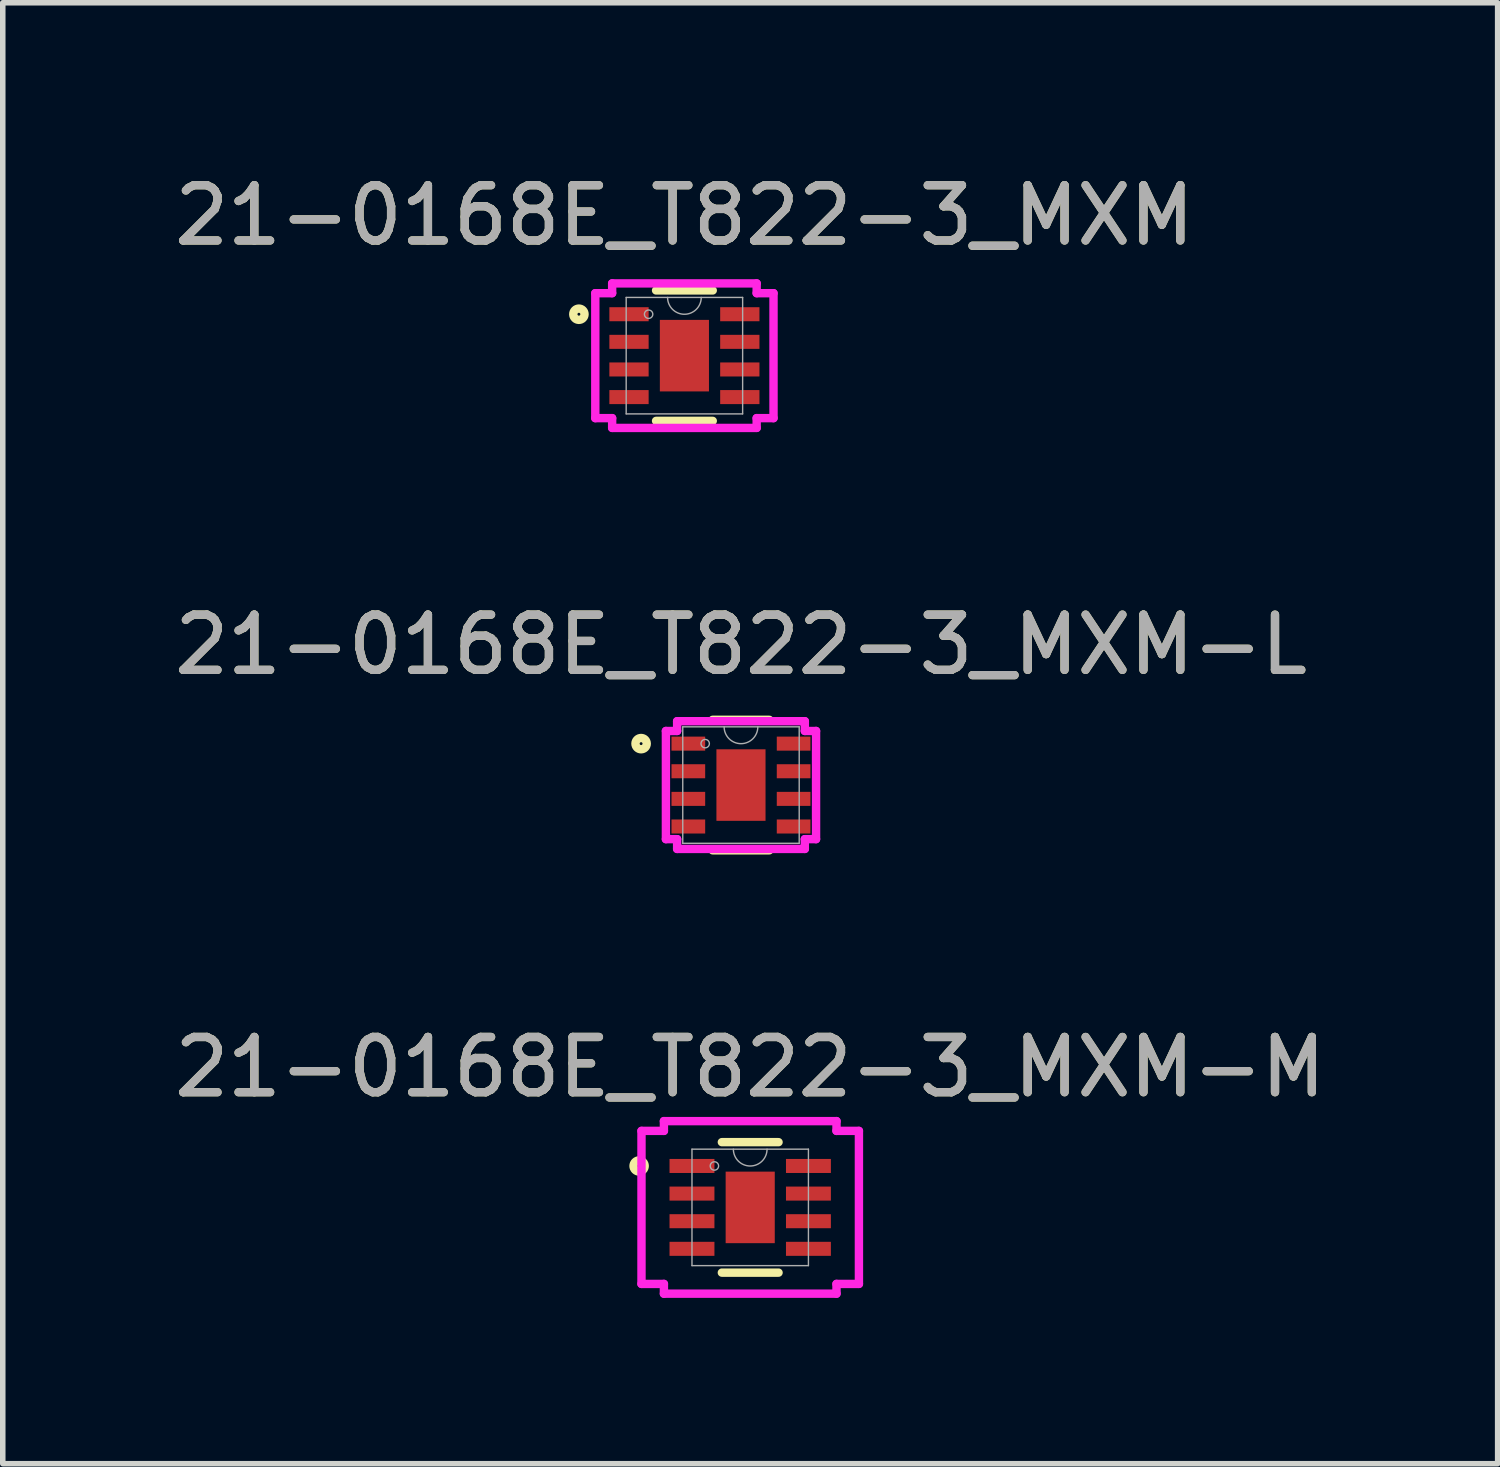
<source format=kicad_pcb>
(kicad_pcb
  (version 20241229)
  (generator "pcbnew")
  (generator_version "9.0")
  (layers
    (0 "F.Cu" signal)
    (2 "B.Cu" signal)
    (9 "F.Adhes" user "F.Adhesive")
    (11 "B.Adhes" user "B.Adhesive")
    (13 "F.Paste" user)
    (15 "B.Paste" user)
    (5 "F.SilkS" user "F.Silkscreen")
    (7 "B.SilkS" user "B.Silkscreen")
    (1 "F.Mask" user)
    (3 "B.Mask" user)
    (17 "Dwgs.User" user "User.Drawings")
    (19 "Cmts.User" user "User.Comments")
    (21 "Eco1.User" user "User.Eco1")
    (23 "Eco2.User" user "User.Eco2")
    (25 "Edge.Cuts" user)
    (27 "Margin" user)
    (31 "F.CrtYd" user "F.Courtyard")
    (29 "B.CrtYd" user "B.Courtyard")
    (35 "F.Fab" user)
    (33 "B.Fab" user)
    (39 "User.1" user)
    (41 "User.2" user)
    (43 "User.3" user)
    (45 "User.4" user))
  (footprint "21-0168E_T822-3_MXM"
    (layer "F.Cu")
    (at 9.339 3.388)
    (property "Reference" "21-0168E_T822-3_MXM" (at 0 -2.54 0) (unlocked yes) (layer "F.SilkS") (effects (font (size 1 1) (thickness 0.15))))
    (attr smd)
    (fp_line (start -0.513 1.181) (end 0.513 1.181) (stroke (width 0.152) (type solid)) (layer "F.SilkS"))
    (fp_line (start 0.513 -1.181) (end -0.513 -1.181) (stroke (width 0.152) (type solid)) (layer "F.SilkS"))
    (fp_circle (center -1.91 -0.75) (end -1.808 -0.75) (stroke (width 0.152) (type solid)) (fill no) (layer "F.SilkS"))
    (fp_line (start -1.613 -1.131) (end -1.308 -1.131) (stroke (width 0.152) (type solid)) (layer "F.CrtYd"))
    (fp_line (start -1.613 1.131) (end -1.613 -1.131) (stroke (width 0.152) (type solid)) (layer "F.CrtYd"))
    (fp_line (start -1.613 1.131) (end -1.308 1.131) (stroke (width 0.152) (type solid)) (layer "F.CrtYd"))
    (fp_line (start -1.308 -1.308) (end 1.308 -1.308) (stroke (width 0.152) (type solid)) (layer "F.CrtYd"))
    (fp_line (start -1.308 -1.131) (end -1.308 -1.308) (stroke (width 0.152) (type solid)) (layer "F.CrtYd"))
    (fp_line (start -1.308 1.308) (end -1.308 1.131) (stroke (width 0.152) (type solid)) (layer "F.CrtYd"))
    (fp_line (start 1.308 -1.308) (end 1.308 -1.131) (stroke (width 0.152) (type solid)) (layer "F.CrtYd"))
    (fp_line (start 1.308 1.131) (end 1.308 1.308) (stroke (width 0.152) (type solid)) (layer "F.CrtYd"))
    (fp_line (start 1.308 1.308) (end -1.308 1.308) (stroke (width 0.152) (type solid)) (layer "F.CrtYd"))
    (fp_line (start 1.613 -1.131) (end 1.308 -1.131) (stroke (width 0.152) (type solid)) (layer "F.CrtYd"))
    (fp_line (start 1.613 -1.131) (end 1.613 1.131) (stroke (width 0.152) (type solid)) (layer "F.CrtYd"))
    (fp_line (start 1.613 1.131) (end 1.308 1.131) (stroke (width 0.152) (type solid)) (layer "F.CrtYd"))
    (fp_line (start -1.054 -1.054) (end -1.054 1.054) (stroke (width 0.025) (type solid)) (layer "F.Fab"))
    (fp_line (start -1.054 1.054) (end 1.054 1.054) (stroke (width 0.025) (type solid)) (layer "F.Fab"))
    (fp_line (start 1.054 -1.054) (end -1.054 -1.054) (stroke (width 0.025) (type solid)) (layer "F.Fab"))
    (fp_line (start 1.054 1.054) (end 1.054 -1.054) (stroke (width 0.025) (type solid)) (layer "F.Fab"))
    (fp_arc (start 0.3048 -1.0541) (mid 0 -0.7493) (end -0.3048 -1.0541) (stroke (width 0.0254) (type solid)) (layer "F.Fab"))
    (fp_circle (center -0.648 -0.75) (end -0.572 -0.75) (stroke (width 0.025) (type solid)) (fill no) (layer "F.Fab"))
    (fp_text user "${REFERENCE}" (at 0 -2.54 0) (unlocked yes) (layer "F.Fab") (effects (font (size 1 1) (thickness 0.15))))
    (pad "1" smd rect (at -1.003 -0.75) (size 0.711 0.254) (layers "F.Cu" "F.Mask" "F.Paste"))
    (pad "2" smd rect (at -1.003 -0.25) (size 0.711 0.254) (layers "F.Cu" "F.Mask" "F.Paste"))
    (pad "3" smd rect (at -1.003 0.25) (size 0.711 0.254) (layers "F.Cu" "F.Mask" "F.Paste"))
    (pad "4" smd rect (at -1.003 0.75) (size 0.711 0.254) (layers "F.Cu" "F.Mask" "F.Paste"))
    (pad "5" smd rect (at 1.003 0.75) (size 0.711 0.254) (layers "F.Cu" "F.Mask" "F.Paste"))
    (pad "6" smd rect (at 1.003 0.25) (size 0.711 0.254) (layers "F.Cu" "F.Mask" "F.Paste"))
    (pad "7" smd rect (at 1.003 -0.25) (size 0.711 0.254) (layers "F.Cu" "F.Mask" "F.Paste"))
    (pad "8" smd rect (at 1.003 -0.75) (size 0.711 0.254) (layers "F.Cu" "F.Mask" "F.Paste"))
    (pad "9" smd rect (at 0 0) (size 0.889 1.295) (layers "F.Cu" "F.Mask" "F.Paste")))
  (footprint "21-0168E_T822-3_MXM-M"
    (layer "F.Cu")
    (at 10.53 18.806)
    (property "Reference" "21-0168E_T822-3_MXM-M" (at 0 -2.54 0) (unlocked yes) (layer "F.SilkS") (effects (font (size 1 1) (thickness 0.15))))
    (attr smd)
    (fp_line (start -0.513 1.181) (end 0.513 1.181) (stroke (width 0.152) (type solid)) (layer "F.SilkS"))
    (fp_line (start 0.513 -1.181) (end -0.513 -1.181) (stroke (width 0.152) (type solid)) (layer "F.SilkS"))
    (fp_circle (center -2.011 -0.75) (end -1.91 -0.75) (stroke (width 0.152) (type solid)) (fill no) (layer "F.SilkS"))
    (fp_line (start -1.968 -1.385) (end -1.562 -1.385) (stroke (width 0.152) (type solid)) (layer "F.CrtYd"))
    (fp_line (start -1.968 1.385) (end -1.968 -1.385) (stroke (width 0.152) (type solid)) (layer "F.CrtYd"))
    (fp_line (start -1.968 1.385) (end -1.562 1.385) (stroke (width 0.152) (type solid)) (layer "F.CrtYd"))
    (fp_line (start -1.562 -1.562) (end 1.562 -1.562) (stroke (width 0.152) (type solid)) (layer "F.CrtYd"))
    (fp_line (start -1.562 -1.385) (end -1.562 -1.562) (stroke (width 0.152) (type solid)) (layer "F.CrtYd"))
    (fp_line (start -1.562 1.562) (end -1.562 1.385) (stroke (width 0.152) (type solid)) (layer "F.CrtYd"))
    (fp_line (start 1.562 -1.562) (end 1.562 -1.385) (stroke (width 0.152) (type solid)) (layer "F.CrtYd"))
    (fp_line (start 1.562 1.385) (end 1.562 1.562) (stroke (width 0.152) (type solid)) (layer "F.CrtYd"))
    (fp_line (start 1.562 1.562) (end -1.562 1.562) (stroke (width 0.152) (type solid)) (layer "F.CrtYd"))
    (fp_line (start 1.968 -1.385) (end 1.562 -1.385) (stroke (width 0.152) (type solid)) (layer "F.CrtYd"))
    (fp_line (start 1.968 -1.385) (end 1.968 1.385) (stroke (width 0.152) (type solid)) (layer "F.CrtYd"))
    (fp_line (start 1.968 1.385) (end 1.562 1.385) (stroke (width 0.152) (type solid)) (layer "F.CrtYd"))
    (fp_line (start -1.054 -1.054) (end -1.054 1.054) (stroke (width 0.025) (type solid)) (layer "F.Fab"))
    (fp_line (start -1.054 1.054) (end 1.054 1.054) (stroke (width 0.025) (type solid)) (layer "F.Fab"))
    (fp_line (start 1.054 -1.054) (end -1.054 -1.054) (stroke (width 0.025) (type solid)) (layer "F.Fab"))
    (fp_line (start 1.054 1.054) (end 1.054 -1.054) (stroke (width 0.025) (type solid)) (layer "F.Fab"))
    (fp_arc (start 0.3048 -1.0541) (mid 0 -0.7493) (end -0.3048 -1.0541) (stroke (width 0.0254) (type solid)) (layer "F.Fab"))
    (fp_circle (center -0.648 -0.75) (end -0.572 -0.75) (stroke (width 0.025) (type solid)) (fill no) (layer "F.Fab"))
    (fp_text user "${REFERENCE}" (at 0 -2.54 0) (unlocked yes) (layer "F.Fab") (effects (font (size 1 1) (thickness 0.15))))
    (pad "1" smd rect (at -1.054 -0.75) (size 0.813 0.254) (layers "F.Cu" "F.Mask" "F.Paste"))
    (pad "2" smd rect (at -1.054 -0.25) (size 0.813 0.254) (layers "F.Cu" "F.Mask" "F.Paste"))
    (pad "3" smd rect (at -1.054 0.25) (size 0.813 0.254) (layers "F.Cu" "F.Mask" "F.Paste"))
    (pad "4" smd rect (at -1.054 0.75) (size 0.813 0.254) (layers "F.Cu" "F.Mask" "F.Paste"))
    (pad "5" smd rect (at 1.054 0.75) (size 0.813 0.254) (layers "F.Cu" "F.Mask" "F.Paste"))
    (pad "6" smd rect (at 1.054 0.25) (size 0.813 0.254) (layers "F.Cu" "F.Mask" "F.Paste"))
    (pad "7" smd rect (at 1.054 -0.25) (size 0.813 0.254) (layers "F.Cu" "F.Mask" "F.Paste"))
    (pad "8" smd rect (at 1.054 -0.75) (size 0.813 0.254) (layers "F.Cu" "F.Mask" "F.Paste"))
    (pad "9" smd rect (at 0 0) (size 0.889 1.295) (layers "F.Cu" "F.Mask" "F.Paste")))
  (footprint "21-0168E_T822-3_MXM-L"
    (layer "F.Cu")
    (at 10.363 11.161)
    (property "Reference" "21-0168E_T822-3_MXM-L" (at 0 -2.54 0) (unlocked yes) (layer "F.SilkS") (effects (font (size 1 1) (thickness 0.15))))
    (attr smd)
    (fp_line (start -0.513 1.181) (end 0.513 1.181) (stroke (width 0.152) (type solid)) (layer "F.SilkS"))
    (fp_line (start 0.513 -1.181) (end -0.513 -1.181) (stroke (width 0.152) (type solid)) (layer "F.SilkS"))
    (fp_circle (center -1.808 -0.75) (end -1.706 -0.75) (stroke (width 0.152) (type solid)) (fill no) (layer "F.SilkS"))
    (fp_line (start -1.359 -0.979) (end -1.156 -0.979) (stroke (width 0.152) (type solid)) (layer "F.CrtYd"))
    (fp_line (start -1.359 0.979) (end -1.359 -0.979) (stroke (width 0.152) (type solid)) (layer "F.CrtYd"))
    (fp_line (start -1.359 0.979) (end -1.156 0.979) (stroke (width 0.152) (type solid)) (layer "F.CrtYd"))
    (fp_line (start -1.156 -1.156) (end 1.156 -1.156) (stroke (width 0.152) (type solid)) (layer "F.CrtYd"))
    (fp_line (start -1.156 -0.979) (end -1.156 -1.156) (stroke (width 0.152) (type solid)) (layer "F.CrtYd"))
    (fp_line (start -1.156 1.156) (end -1.156 0.979) (stroke (width 0.152) (type solid)) (layer "F.CrtYd"))
    (fp_line (start 1.156 -1.156) (end 1.156 -0.979) (stroke (width 0.152) (type solid)) (layer "F.CrtYd"))
    (fp_line (start 1.156 0.979) (end 1.156 1.156) (stroke (width 0.152) (type solid)) (layer "F.CrtYd"))
    (fp_line (start 1.156 1.156) (end -1.156 1.156) (stroke (width 0.152) (type solid)) (layer "F.CrtYd"))
    (fp_line (start 1.359 -0.979) (end 1.156 -0.979) (stroke (width 0.152) (type solid)) (layer "F.CrtYd"))
    (fp_line (start 1.359 -0.979) (end 1.359 0.979) (stroke (width 0.152) (type solid)) (layer "F.CrtYd"))
    (fp_line (start 1.359 0.979) (end 1.156 0.979) (stroke (width 0.152) (type solid)) (layer "F.CrtYd"))
    (fp_line (start -1.054 -1.054) (end -1.054 1.054) (stroke (width 0.025) (type solid)) (layer "F.Fab"))
    (fp_line (start -1.054 1.054) (end 1.054 1.054) (stroke (width 0.025) (type solid)) (layer "F.Fab"))
    (fp_line (start 1.054 -1.054) (end -1.054 -1.054) (stroke (width 0.025) (type solid)) (layer "F.Fab"))
    (fp_line (start 1.054 1.054) (end 1.054 -1.054) (stroke (width 0.025) (type solid)) (layer "F.Fab"))
    (fp_arc (start 0.3048 -1.0541) (mid 0 -0.7493) (end -0.3048 -1.0541) (stroke (width 0.0254) (type solid)) (layer "F.Fab"))
    (fp_circle (center -0.648 -0.75) (end -0.572 -0.75) (stroke (width 0.025) (type solid)) (fill no) (layer "F.Fab"))
    (fp_text user "${REFERENCE}" (at 0 -2.54 0) (unlocked yes) (layer "F.Fab") (effects (font (size 1 1) (thickness 0.15))))
    (pad "1" smd rect (at -0.953 -0.75) (size 0.61 0.254) (layers "F.Cu" "F.Mask" "F.Paste"))
    (pad "2" smd rect (at -0.953 -0.25) (size 0.61 0.254) (layers "F.Cu" "F.Mask" "F.Paste"))
    (pad "3" smd rect (at -0.953 0.25) (size 0.61 0.254) (layers "F.Cu" "F.Mask" "F.Paste"))
    (pad "4" smd rect (at -0.953 0.75) (size 0.61 0.254) (layers "F.Cu" "F.Mask" "F.Paste"))
    (pad "5" smd rect (at 0.953 0.75) (size 0.61 0.254) (layers "F.Cu" "F.Mask" "F.Paste"))
    (pad "6" smd rect (at 0.953 0.25) (size 0.61 0.254) (layers "F.Cu" "F.Mask" "F.Paste"))
    (pad "7" smd rect (at 0.953 -0.25) (size 0.61 0.254) (layers "F.Cu" "F.Mask" "F.Paste"))
    (pad "8" smd rect (at 0.953 -0.75) (size 0.61 0.254) (layers "F.Cu" "F.Mask" "F.Paste"))
    (pad "9" smd rect (at 0 0) (size 0.889 1.295) (layers "F.Cu" "F.Mask" "F.Paste")))
  (gr_rect
    (start -3 -3)
    (end 24.06 23.445)
    (stroke (width 0.1) (type default))
    (fill no)
    (layer "Edge.Cuts")))
</source>
